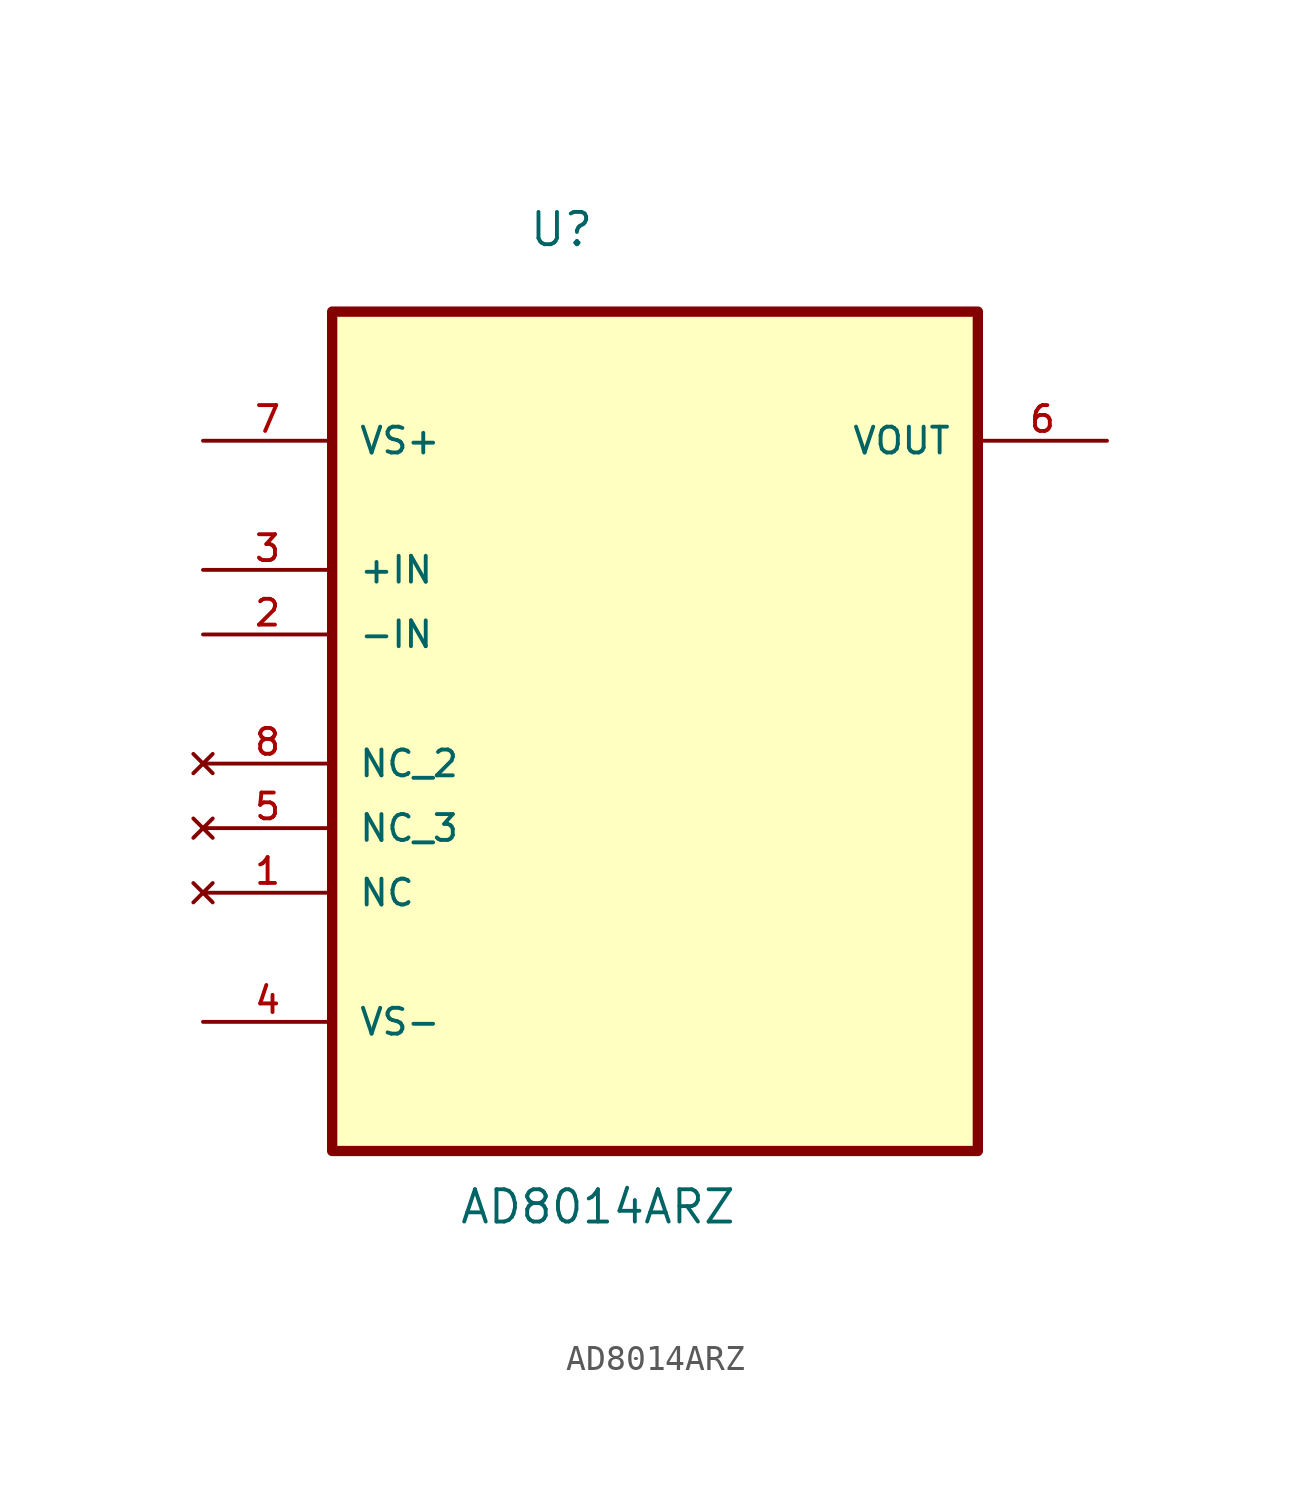
<source format=kicad_sym>
(kicad_symbol_lib
  (version 20211014)
  (generator kicad_symbol_editor)
  (symbol "AD8014ARZ"
    (pin_names
      (offset 1.016))
    (property "Reference" "U"
      (at -4.986 15.188 0.0)
      (effects (font (size 1.27 1.27)) (justify bottom left)))
    (property "Value" "AD8014ARZ"
      (at -7.727 -23.258 0.0)
      (effects (font (size 1.27 1.27)) (justify bottom left)))
    (symbol "AD8014ARZ_0_0"
      (rectangle (start -12.7 -20.32) (end 12.7 12.7) (stroke (width 0.406)) (fill (type background)))
      (pin power_in line (at -17.78 7.62 0) (length 5.08) (name "VS+" (effects (font (size 1.016 1.016)))) (number "7" (effects (font (size 1.016 1.016)))))
      (pin input line (at -17.78 2.54 0) (length 5.08) (name "+IN" (effects (font (size 1.016 1.016)))) (number "3" (effects (font (size 1.016 1.016)))))
      (pin input line (at -17.78 0.0 0) (length 5.08) (name "-IN" (effects (font (size 1.016 1.016)))) (number "2" (effects (font (size 1.016 1.016)))))
      (pin no_connect line (at -17.78 -5.08 0) (length 5.08) (name "NC_2" (effects (font (size 1.016 1.016)))) (number "8" (effects (font (size 1.016 1.016)))))
      (pin no_connect line (at -17.78 -7.62 0) (length 5.08) (name "NC_3" (effects (font (size 1.016 1.016)))) (number "5" (effects (font (size 1.016 1.016)))))
      (pin no_connect line (at -17.78 -10.16 0) (length 5.08) (name "NC" (effects (font (size 1.016 1.016)))) (number "1" (effects (font (size 1.016 1.016)))))
      (pin power_in line (at -17.78 -15.24 0) (length 5.08) (name "VS-" (effects (font (size 1.016 1.016)))) (number "4" (effects (font (size 1.016 1.016)))))
      (pin output line (at 17.78 7.62 180.0) (length 5.08) (name "VOUT" (effects (font (size 1.016 1.016)))) (number "6" (effects (font (size 1.016 1.016))))))))
</source>
